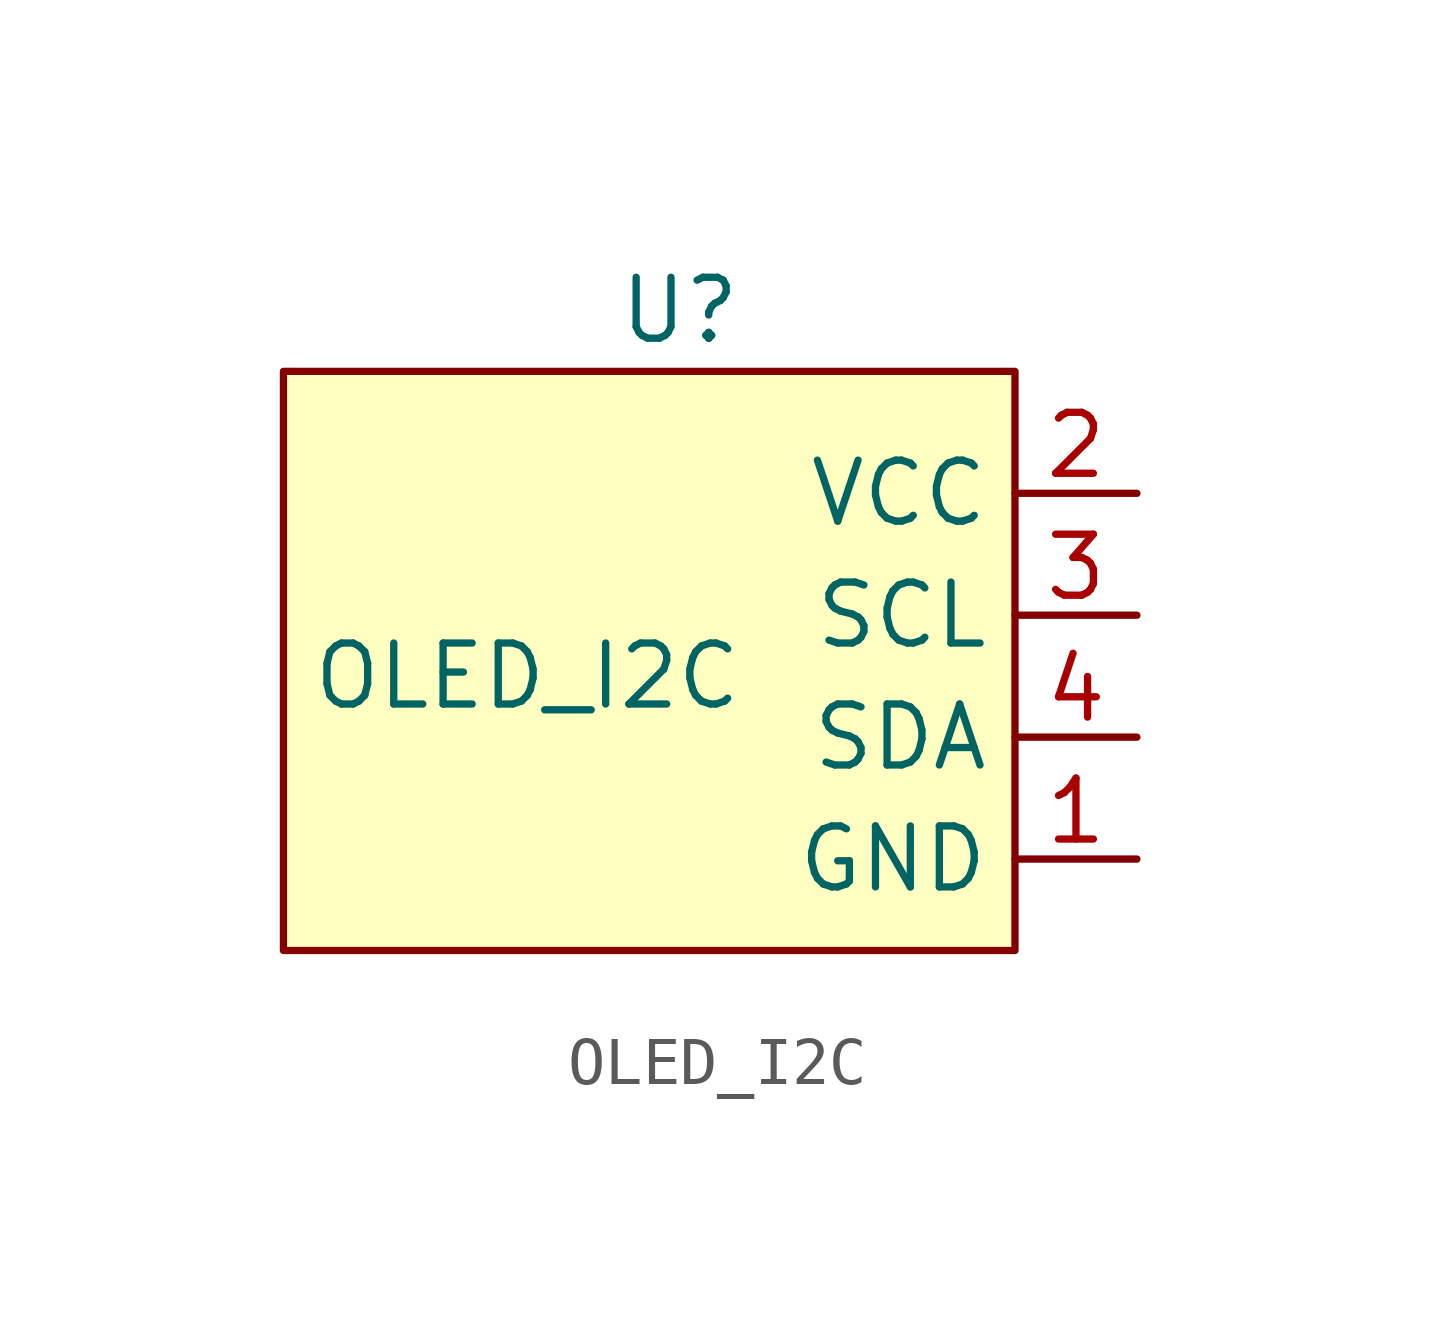
<source format=kicad_sym>
(kicad_symbol_lib
  (version 20211014)
  (generator kicad_symbol_editor)
  (symbol "OLED_I2C"
    (property "Reference" "U"
      (at -0.635 7.62 0)
      (effects (font (size 1.27 1.27))))
    (property "Value" "OLED_I2C"
      (at -3.81 0 0)
      (effects (font (size 1.27 1.27))))
    (symbol "OLED_I2C_0_1"
      (rectangle (start -8.89 6.35) (end 6.35 -5.715) (stroke (width 0.152) (type default) (color 0 0 0 0)) (fill (type background))))
    (symbol "OLED_I2C_1_1"
      (pin input line (at 8.89 -3.81 180) (length 2.54) (name "GND" (effects (font (size 1.27 1.27)))) (number "1" (effects (font (size 1.27 1.27)))))
      (pin input line (at 8.89 3.81 180) (length 2.54) (name "VCC" (effects (font (size 1.27 1.27)))) (number "2" (effects (font (size 1.27 1.27)))))
      (pin input line (at 8.89 1.27 180) (length 2.54) (name "SCL" (effects (font (size 1.27 1.27)))) (number "3" (effects (font (size 1.27 1.27)))))
      (pin input line (at 8.89 -1.27 180) (length 2.54) (name "SDA" (effects (font (size 1.27 1.27)))) (number "4" (effects (font (size 1.27 1.27))))))))
</source>
